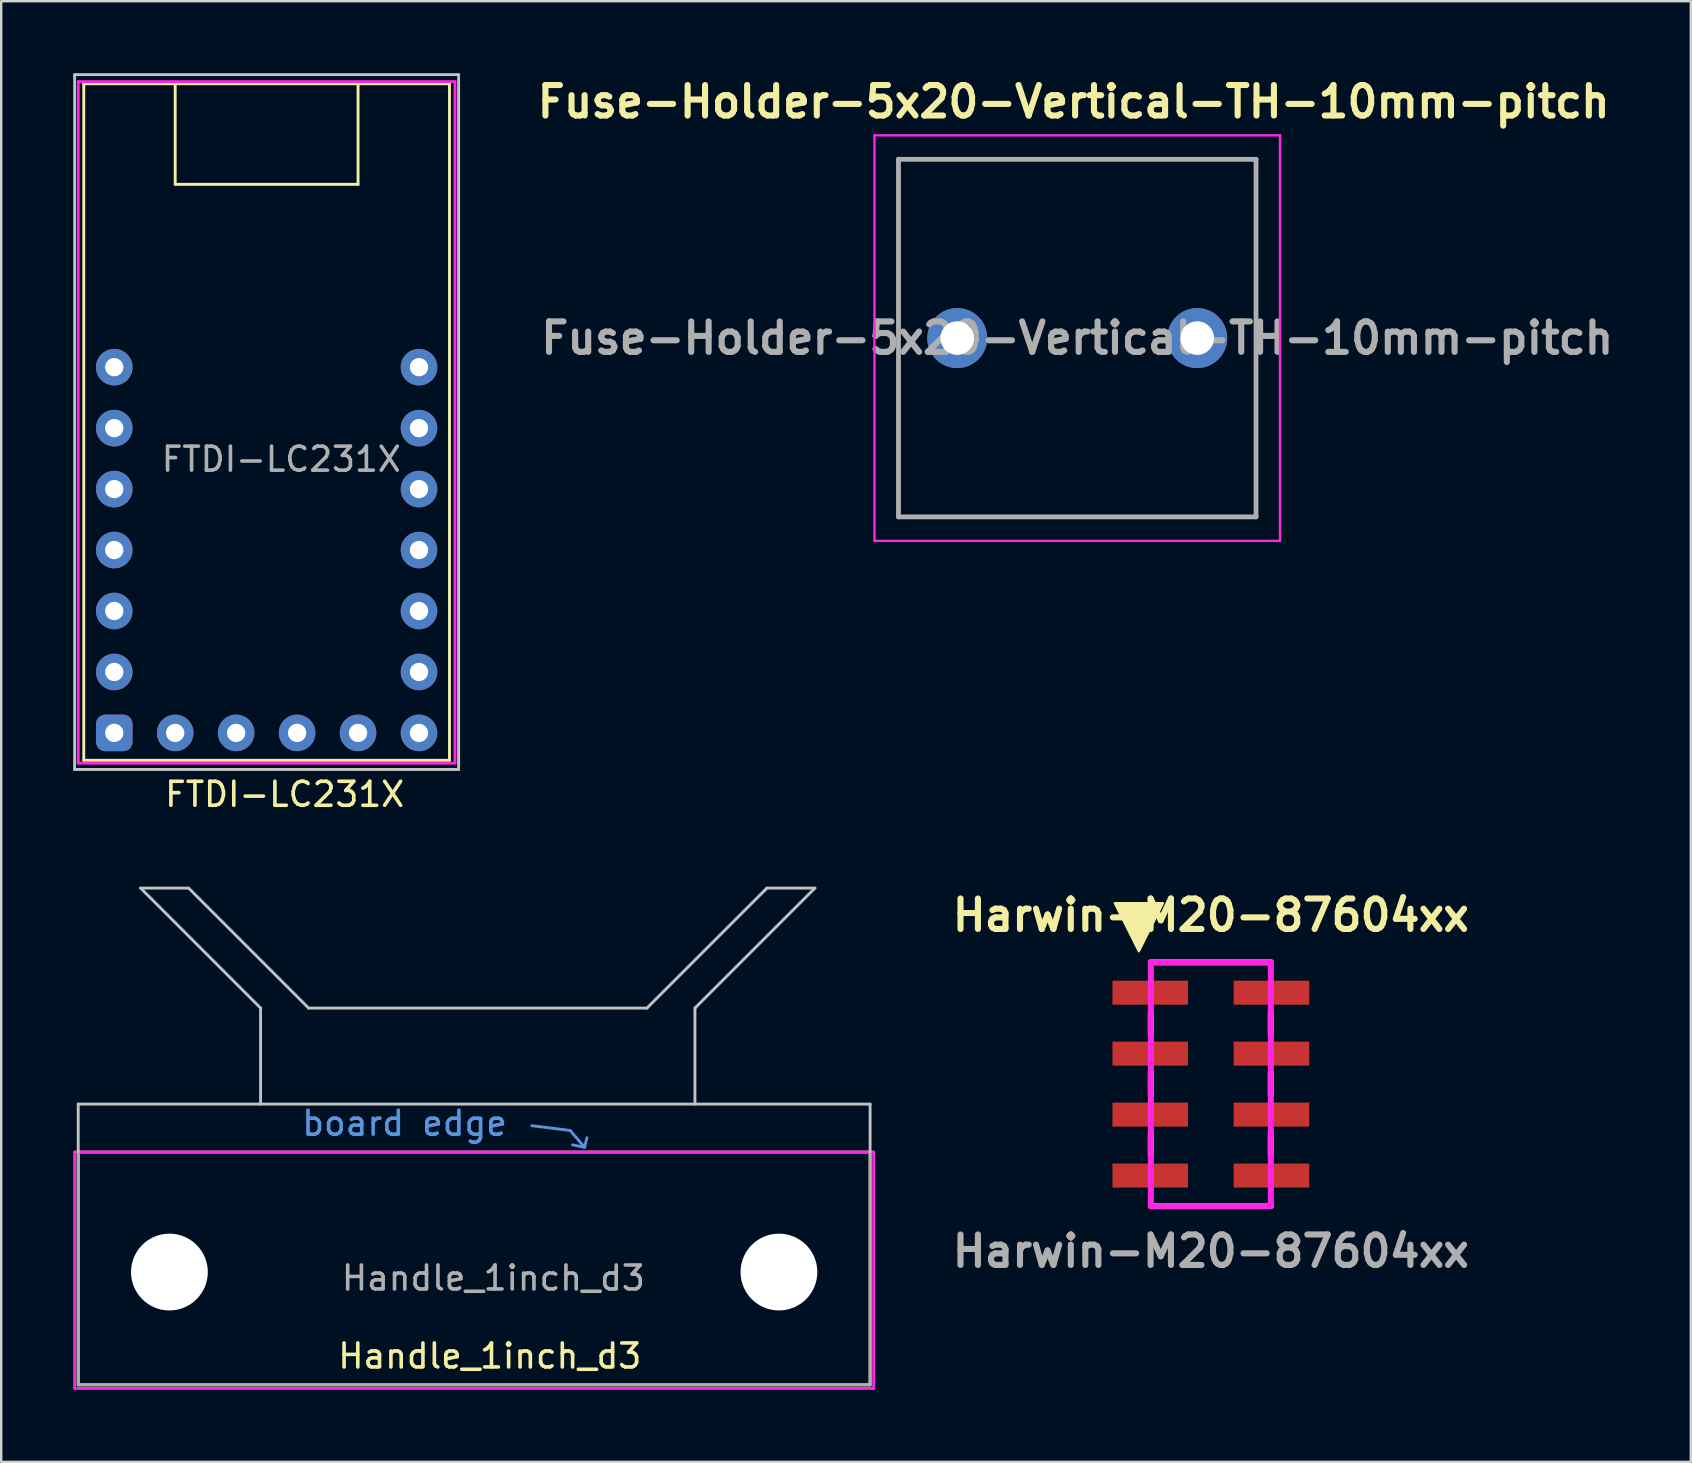
<source format=kicad_pcb>
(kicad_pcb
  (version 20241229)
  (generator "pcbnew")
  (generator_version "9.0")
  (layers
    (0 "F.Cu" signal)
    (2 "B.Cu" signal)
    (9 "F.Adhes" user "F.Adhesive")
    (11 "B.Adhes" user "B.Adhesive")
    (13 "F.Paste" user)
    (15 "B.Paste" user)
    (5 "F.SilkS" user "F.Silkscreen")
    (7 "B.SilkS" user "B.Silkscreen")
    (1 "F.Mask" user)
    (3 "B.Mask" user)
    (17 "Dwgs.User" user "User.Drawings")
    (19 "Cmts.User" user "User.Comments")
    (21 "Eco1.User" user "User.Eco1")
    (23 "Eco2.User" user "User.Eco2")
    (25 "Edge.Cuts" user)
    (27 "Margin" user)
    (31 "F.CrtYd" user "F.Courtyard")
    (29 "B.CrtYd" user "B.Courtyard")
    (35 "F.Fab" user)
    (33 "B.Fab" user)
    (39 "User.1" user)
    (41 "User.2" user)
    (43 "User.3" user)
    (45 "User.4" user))
  (footprint "Fuse-Holder-5x20-Vertical-TH-10mm-pitch"
    (layer "F.Cu")
    (at 41.842 11.039)
    (property "Reference" "Fuse-Holder-5x20-Vertical-TH-10mm-pitch" (at -0.15 -9.85 0) (layer "F.SilkS") (effects (font (size 1.27 1.27) (thickness 0.254))))
    (attr through_hole)
    (fp_line (start -7.45 -7.45) (end 7.45 -7.45) (stroke (width 0.1) (type solid)) (layer "F.SilkS"))
    (fp_line (start -7.45 7.45) (end -7.45 -7.45) (stroke (width 0.1) (type solid)) (layer "F.SilkS"))
    (fp_line (start 7.45 -7.45) (end 7.45 7.45) (stroke (width 0.1) (type solid)) (layer "F.SilkS"))
    (fp_line (start 7.45 7.45) (end -7.45 7.45) (stroke (width 0.1) (type solid)) (layer "F.SilkS"))
    (fp_line (start -8.45 -8.45) (end 8.45 -8.45) (stroke (width 0.1) (type solid)) (layer "F.CrtYd"))
    (fp_line (start -8.45 8.45) (end -8.45 -8.45) (stroke (width 0.1) (type solid)) (layer "F.CrtYd"))
    (fp_line (start 8.45 -8.45) (end 8.45 8.45) (stroke (width 0.1) (type solid)) (layer "F.CrtYd"))
    (fp_line (start 8.45 8.45) (end -8.45 8.45) (stroke (width 0.1) (type solid)) (layer "F.CrtYd"))
    (fp_line (start -7.45 -7.45) (end 7.45 -7.45) (stroke (width 0.2) (type solid)) (layer "F.Fab"))
    (fp_line (start -7.45 7.45) (end -7.45 -7.45) (stroke (width 0.2) (type solid)) (layer "F.Fab"))
    (fp_line (start 7.45 -7.45) (end 7.45 7.45) (stroke (width 0.2) (type solid)) (layer "F.Fab"))
    (fp_line (start 7.45 7.45) (end -7.45 7.45) (stroke (width 0.2) (type solid)) (layer "F.Fab"))
    (fp_text user "${REFERENCE}" (at 0 0 0) (layer "F.Fab") (effects (font (size 1.27 1.27) (thickness 0.254))))
    (pad "1" thru_hole circle (at -5 0) (size 2.5 2.5) (drill 1.4) (layers "*.Cu" "*.Mask"))
    (pad "2" thru_hole circle (at 5 0) (size 2.5 2.5) (drill 1.4) (layers "*.Cu" "*.Mask")))
  (footprint "FTDI-LC231X"
    (layer "F.Cu")
    (at 1.711 27.492)
    (property "Reference" "FTDI-LC231X" (at 7.1 2.56 0) (layer "F.SilkS") (effects (font (size 1 1) (thickness 0.15))))
    (attr through_hole)
    (fp_line (start -1.27 -27.051) (end 13.97 -27.051) (stroke (width 0.12) (type solid)) (layer "F.SilkS"))
    (fp_line (start -1.27 1.143) (end -1.27 -27.051) (stroke (width 0.12) (type solid)) (layer "F.SilkS"))
    (fp_line (start 2.54 -27.051) (end 2.54 -22.86) (stroke (width 0.12) (type solid)) (layer "F.SilkS"))
    (fp_line (start 2.54 -22.86) (end 10.16 -22.86) (stroke (width 0.12) (type solid)) (layer "F.SilkS"))
    (fp_line (start 10.16 -22.86) (end 10.16 -27.051) (stroke (width 0.12) (type solid)) (layer "F.SilkS"))
    (fp_line (start 13.97 -27.051) (end 13.97 1.143) (stroke (width 0.12) (type solid)) (layer "F.SilkS"))
    (fp_line (start 13.97 1.143) (end -1.27 1.143) (stroke (width 0.12) (type solid)) (layer "F.SilkS"))
    (fp_line (start -1.651 -27.432) (end 14.351 -27.432) (stroke (width 0.12) (type solid)) (layer "Dwgs.User"))
    (fp_line (start -1.651 1.524) (end -1.651 -27.432) (stroke (width 0.12) (type solid)) (layer "Dwgs.User"))
    (fp_line (start 14.351 -27.432) (end 14.351 1.524) (stroke (width 0.12) (type solid)) (layer "Dwgs.User"))
    (fp_line (start 14.351 1.524) (end -1.651 1.524) (stroke (width 0.12) (type solid)) (layer "Dwgs.User"))
    (fp_line (start -1.5 -27.14) (end 14.2 -27.14) (stroke (width 0.12) (type solid)) (layer "F.CrtYd"))
    (fp_line (start -1.5 1.26) (end -1.5 -27.14) (stroke (width 0.12) (type solid)) (layer "F.CrtYd"))
    (fp_line (start 14.2 -27.14) (end 14.2 1.26) (stroke (width 0.12) (type solid)) (layer "F.CrtYd"))
    (fp_line (start 14.2 1.26) (end -1.5 1.26) (stroke (width 0.12) (type solid)) (layer "F.CrtYd"))
    (fp_text user "${REFERENCE}" (at 6.96 -11.405 0) (layer "F.Fab") (effects (font (size 1 1) (thickness 0.15))))
    (pad "12" thru_hole circle (at 2.54 0) (size 1.524 1.524) (drill 0.762) (layers "*.Cu" "*.Mask"))
    (pad "13" thru_hole circle (at 5.08 0) (size 1.524 1.524) (drill 0.762) (layers "*.Cu" "*.Mask"))
    (pad "14" thru_hole circle (at 7.62 0) (size 1.524 1.524) (drill 0.762) (layers "*.Cu" "*.Mask"))
    (pad "15" thru_hole circle (at 10.16 0) (size 1.524 1.524) (drill 0.762) (layers "*.Cu" "*.Mask"))
    (pad "21" thru_hole roundrect (at 0 0) (size 1.524 1.524) (drill 0.762) (layers "*.Cu" "*.Mask") (roundrect_rratio 0.25))
    (pad "22" thru_hole circle (at 0 -2.54) (size 1.524 1.524) (drill 0.762) (layers "*.Cu" "*.Mask"))
    (pad "23" thru_hole circle (at 0 -5.08) (size 1.524 1.524) (drill 0.762) (layers "*.Cu" "*.Mask"))
    (pad "24" thru_hole circle (at 0 -7.62) (size 1.524 1.524) (drill 0.762) (layers "*.Cu" "*.Mask"))
    (pad "25" thru_hole circle (at 0 -10.16) (size 1.524 1.524) (drill 0.762) (layers "*.Cu" "*.Mask"))
    (pad "26" thru_hole circle (at 0 -12.7) (size 1.524 1.524) (drill 0.762) (layers "*.Cu" "*.Mask"))
    (pad "27" thru_hole circle (at 0 -15.24) (size 1.524 1.524) (drill 0.762) (layers "*.Cu" "*.Mask"))
    (pad "31" thru_hole circle (at 12.7 0) (size 1.524 1.524) (drill 0.762) (layers "*.Cu" "*.Mask"))
    (pad "32" thru_hole circle (at 12.7 -2.54) (size 1.524 1.524) (drill 0.762) (layers "*.Cu" "*.Mask"))
    (pad "33" thru_hole circle (at 12.7 -5.08) (size 1.524 1.524) (drill 0.762) (layers "*.Cu" "*.Mask"))
    (pad "34" thru_hole circle (at 12.7 -7.62) (size 1.524 1.524) (drill 0.762) (layers "*.Cu" "*.Mask"))
    (pad "35" thru_hole circle (at 12.7 -10.16) (size 1.524 1.524) (drill 0.762) (layers "*.Cu" "*.Mask"))
    (pad "36" thru_hole circle (at 12.7 -12.7) (size 1.524 1.524) (drill 0.762) (layers "*.Cu" "*.Mask"))
    (pad "37" thru_hole circle (at 12.7 -15.24) (size 1.524 1.524) (drill 0.762) (layers "*.Cu" "*.Mask")))
  (footprint "Harwin-M20-87604xx"
    (layer "F.Cu")
    (at 47.409 42.089)
    (property "Reference" "Harwin-M20-87604xx" (at 0 -7 0) (layer "F.SilkS") (effects (font (size 1.27 1.27) (thickness 0.254))))
    (attr smd)
    (fp_line (start -2.5 -2.95) (end -2.5 -2.05) (stroke (width 0.25) (type solid)) (layer "F.SilkS"))
    (fp_line (start -2.5 -0.41) (end -2.5 0.49) (stroke (width 0.25) (type solid)) (layer "F.SilkS"))
    (fp_line (start -2.5 2.13) (end -2.5 3.03) (stroke (width 0.25) (type solid)) (layer "F.SilkS"))
    (fp_line (start -2.5 5.12) (end 2.5 5.12) (stroke (width 0.25) (type solid)) (layer "F.SilkS"))
    (fp_line (start 2.5 -5.04) (end -2.5 -5.04) (stroke (width 0.25) (type solid)) (layer "F.SilkS"))
    (fp_line (start 2.5 -2.95) (end 2.5 -2.05) (stroke (width 0.25) (type solid)) (layer "F.SilkS"))
    (fp_line (start 2.5 -0.41) (end 2.5 0.49) (stroke (width 0.25) (type solid)) (layer "F.SilkS"))
    (fp_line (start 2.5 2.13) (end 2.5 3.03) (stroke (width 0.25) (type solid)) (layer "F.SilkS"))
    (fp_poly (pts (xy -2 -7.5) (xy -4 -7.5) (xy -3 -5.5)) (stroke (width 0.1) (type solid)) (fill yes) (layer "F.SilkS"))
    (fp_line (start -2.5 -5.04) (end 2.5 -5.04) (stroke (width 0.25) (type solid)) (layer "F.CrtYd"))
    (fp_line (start -2.5 5.12) (end -2.5 -5.04) (stroke (width 0.25) (type solid)) (layer "F.CrtYd"))
    (fp_line (start 2.5 -5.04) (end 2.5 5.12) (stroke (width 0.25) (type solid)) (layer "F.CrtYd"))
    (fp_line (start 2.5 5.12) (end -2.5 5.12) (stroke (width 0.25) (type solid)) (layer "F.CrtYd"))
    (fp_text user "${REFERENCE}" (at 0 7 0) (layer "F.Fab") (effects (font (size 1.27 1.27) (thickness 0.254))))
    (pad "1" smd rect (at -2.525 -3.77 270) (size 1 3.15) (layers "F.Cu" "F.Mask" "F.Paste"))
    (pad "2" smd rect (at 2.525 -3.77 270) (size 1 3.15) (layers "F.Cu" "F.Mask" "F.Paste"))
    (pad "3" smd rect (at -2.525 -1.23 270) (size 1 3.15) (layers "F.Cu" "F.Mask" "F.Paste"))
    (pad "4" smd rect (at 2.525 -1.23 270) (size 1 3.15) (layers "F.Cu" "F.Mask" "F.Paste"))
    (pad "5" smd rect (at -2.525 1.31 270) (size 1 3.15) (layers "F.Cu" "F.Mask" "F.Paste"))
    (pad "6" smd rect (at 2.525 1.31 270) (size 1 3.15) (layers "F.Cu" "F.Mask" "F.Paste"))
    (pad "7" smd rect (at -2.525 3.85 270) (size 1 3.15) (layers "F.Cu" "F.Mask" "F.Paste"))
    (pad "8" smd rect (at 2.525 3.85 270) (size 1 3.15) (layers "F.Cu" "F.Mask" "F.Paste")))
  (footprint "Handle_1inch_d3"
    (layer "F.Cu")
    (at 4.01 49.96)
    (property "Reference" "Handle_1inch_d3" (at 13.35 3.5 0) (layer "F.SilkS") (effects (font (size 1 1) (thickness 0.15))))
    (attr through_hole)
    (fp_line (start -3.8 4.7) (end -3.8 -5) (stroke (width 0.12) (type solid)) (layer "F.SilkS"))
    (fp_line (start 29.2 -5) (end 29.2 4.7) (stroke (width 0.12) (type solid)) (layer "F.SilkS"))
    (fp_line (start 29.2 4.7) (end -3.8 4.7) (stroke (width 0.12) (type solid)) (layer "F.SilkS"))
    (fp_line (start -3.8 -7) (end -3.8 -5) (stroke (width 0.12) (type solid)) (layer "Dwgs.User"))
    (fp_line (start -1.2 -16) (end 0.8 -16) (stroke (width 0.12) (type solid)) (layer "Dwgs.User"))
    (fp_line (start 0.8 -16) (end 5.8 -11) (stroke (width 0.12) (type solid)) (layer "Dwgs.User"))
    (fp_line (start 3.8 -11) (end -1.2 -16) (stroke (width 0.12) (type solid)) (layer "Dwgs.User"))
    (fp_line (start 3.8 -7) (end 3.8 -11) (stroke (width 0.12) (type solid)) (layer "Dwgs.User"))
    (fp_line (start 19.9 -11) (end 5.8 -11) (stroke (width 0.12) (type solid)) (layer "Dwgs.User"))
    (fp_line (start 21.9 -11) (end 26.9 -16) (stroke (width 0.12) (type solid)) (layer "Dwgs.User"))
    (fp_line (start 21.9 -7) (end 21.9 -11) (stroke (width 0.12) (type solid)) (layer "Dwgs.User"))
    (fp_line (start 24.9 -16) (end 19.9 -11) (stroke (width 0.12) (type solid)) (layer "Dwgs.User"))
    (fp_line (start 26.9 -16) (end 24.9 -16) (stroke (width 0.12) (type solid)) (layer "Dwgs.User"))
    (fp_line (start 29.2 -7) (end -3.8 -7) (stroke (width 0.12) (type solid)) (layer "Dwgs.User"))
    (fp_line (start 29.2 -5) (end 29.2 -7) (stroke (width 0.12) (type solid)) (layer "Dwgs.User"))
    (fp_line (start 15.1 -6.1) (end 16.7 -5.9) (stroke (width 0.12) (type solid)) (layer "Cmts.User"))
    (fp_line (start 16.7 -5.9) (end 17.3 -5.2) (stroke (width 0.12) (type solid)) (layer "Cmts.User"))
    (fp_line (start 17.3 -5.2) (end 16.8 -5.3) (stroke (width 0.12) (type solid)) (layer "Cmts.User"))
    (fp_line (start 17.3 -5.2) (end 17.4 -5.6) (stroke (width 0.12) (type solid)) (layer "Cmts.User"))
    (fp_line (start -3.95 -5) (end -3.95 4.85) (stroke (width 0.12) (type solid)) (layer "F.CrtYd"))
    (fp_line (start -3.95 4.85) (end 29.35 4.85) (stroke (width 0.12) (type solid)) (layer "F.CrtYd"))
    (fp_line (start 29.35 -5) (end -3.95 -5) (stroke (width 0.12) (type solid)) (layer "F.CrtYd"))
    (fp_line (start 29.35 4.85) (end 29.35 -5) (stroke (width 0.12) (type solid)) (layer "F.CrtYd"))
    (fp_line (start -3.8 -5) (end 29.2 -5) (stroke (width 0.12) (type solid)) (layer "F.Fab"))
    (fp_line (start -3.8 4.7) (end -3.8 -5) (stroke (width 0.12) (type solid)) (layer "F.Fab"))
    (fp_line (start -3.8 4.7) (end 29.2 4.7) (stroke (width 0.12) (type solid)) (layer "F.Fab"))
    (fp_line (start 29.2 4.7) (end 29.2 -5) (stroke (width 0.12) (type solid)) (layer "F.Fab"))
    (fp_text user "board edge" (at 9.8 -6.2 0) (layer "Cmts.User") (effects (font (size 1 1) (thickness 0.15))))
    (fp_text user "${REFERENCE}" (at 13.5 0.25 0) (layer "F.Fab") (effects (font (size 1 1) (thickness 0.15))))
    (pad "" np_thru_hole circle (at 0 0) (size 3.2 3.2) (drill 3.2) (layers "*.Cu" "*.Mask"))
    (pad "" np_thru_hole circle (at 25.4 0) (size 3.2 3.2) (drill 3.2) (layers "*.Cu" "*.Mask")))
  (gr_rect
    (start -3 -3)
    (end 67.411 57.87)
    (stroke (width 0.1) (type default))
    (fill no)
    (layer "Edge.Cuts")))
</source>
